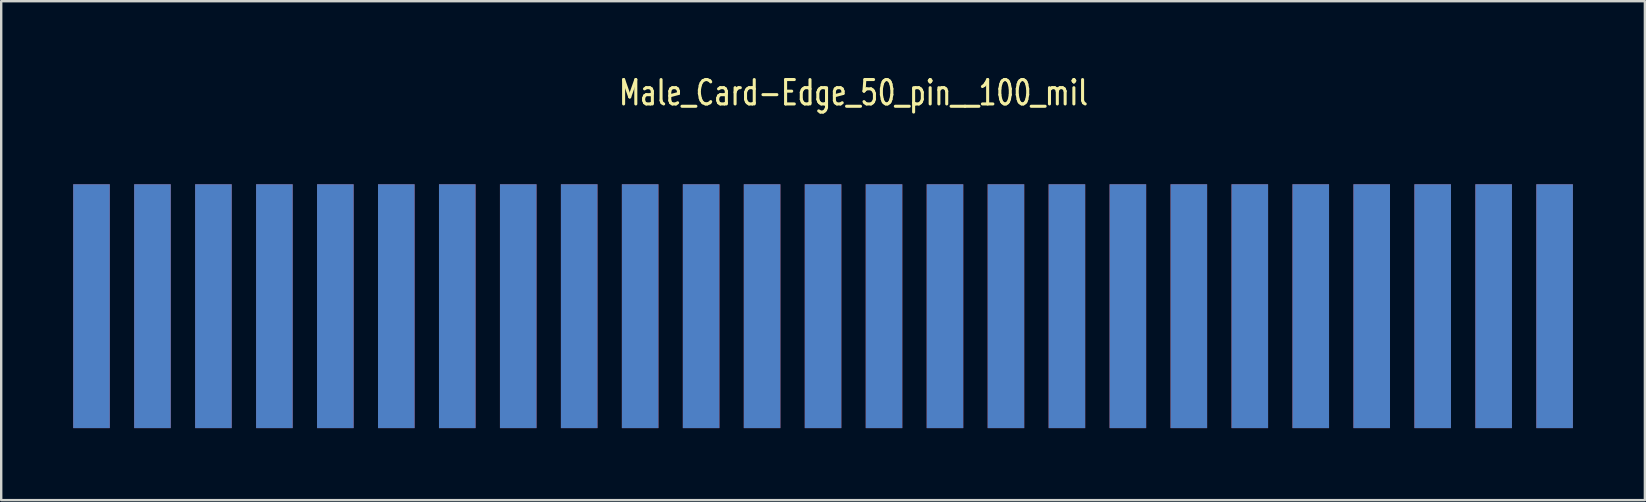
<source format=kicad_pcb>
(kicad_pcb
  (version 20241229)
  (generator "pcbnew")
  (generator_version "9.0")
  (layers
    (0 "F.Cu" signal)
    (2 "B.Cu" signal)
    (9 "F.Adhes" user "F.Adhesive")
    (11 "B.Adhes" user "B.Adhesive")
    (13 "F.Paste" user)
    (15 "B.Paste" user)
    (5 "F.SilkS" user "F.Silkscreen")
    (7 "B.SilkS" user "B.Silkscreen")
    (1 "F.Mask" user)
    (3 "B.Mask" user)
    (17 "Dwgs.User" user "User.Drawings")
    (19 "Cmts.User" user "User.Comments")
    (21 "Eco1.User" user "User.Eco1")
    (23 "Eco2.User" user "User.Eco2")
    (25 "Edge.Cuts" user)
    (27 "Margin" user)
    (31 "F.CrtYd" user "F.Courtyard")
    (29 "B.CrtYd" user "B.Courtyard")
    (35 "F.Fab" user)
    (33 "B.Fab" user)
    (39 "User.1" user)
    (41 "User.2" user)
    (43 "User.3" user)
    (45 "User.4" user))
  (footprint "Male_Card-Edge_50_pin__100_mil"
    (layer "F.Cu")
    (at 31.242 9.707)
    (property "Reference" "Male_Card-Edge_50_pin__100_mil" (at 1.27 -8.89 0) (layer "F.SilkS") (effects (font (size 1.016 0.762) (thickness 0.127))))
    (attr through_hole)
    (pad "1" smd rect (at -30.48 0 270) (size 10.16 1.524) (layers "F.Cu" "F.Mask" "F.Paste"))
    (pad "2" smd rect (at -27.94 0 270) (size 10.16 1.524) (layers "F.Cu" "F.Mask" "F.Paste"))
    (pad "3" smd rect (at -25.4 0 270) (size 10.16 1.524) (layers "F.Cu" "F.Mask" "F.Paste"))
    (pad "4" smd rect (at -22.86 0 270) (size 10.16 1.524) (layers "F.Cu" "F.Mask" "F.Paste"))
    (pad "5" smd rect (at -20.32 0 270) (size 10.16 1.524) (layers "F.Cu" "F.Mask" "F.Paste"))
    (pad "6" smd rect (at -17.78 0 270) (size 10.16 1.524) (layers "F.Cu" "F.Mask" "F.Paste"))
    (pad "7" smd rect (at -15.24 0 270) (size 10.16 1.524) (layers "F.Cu" "F.Mask" "F.Paste"))
    (pad "8" smd rect (at -12.7 0 270) (size 10.16 1.524) (layers "F.Cu" "F.Mask" "F.Paste"))
    (pad "9" smd rect (at -10.16 0 270) (size 10.16 1.524) (layers "F.Cu" "F.Mask" "F.Paste"))
    (pad "10" smd rect (at -7.62 0 270) (size 10.16 1.524) (layers "F.Cu" "F.Mask" "F.Paste"))
    (pad "11" smd rect (at -5.08 0 270) (size 10.16 1.524) (layers "F.Cu" "F.Mask" "F.Paste"))
    (pad "12" smd rect (at -2.54 0 270) (size 10.16 1.524) (layers "F.Cu" "F.Mask" "F.Paste"))
    (pad "13" smd rect (at 0 0 270) (size 10.16 1.524) (layers "F.Cu" "F.Mask" "F.Paste"))
    (pad "14" smd rect (at 2.54 0 270) (size 10.16 1.524) (layers "F.Cu" "F.Mask" "F.Paste"))
    (pad "15" smd rect (at 5.08 0 270) (size 10.16 1.524) (layers "F.Cu" "F.Mask" "F.Paste"))
    (pad "16" smd rect (at 7.62 0 270) (size 10.16 1.524) (layers "F.Cu" "F.Mask" "F.Paste"))
    (pad "17" smd rect (at 10.16 0 270) (size 10.16 1.524) (layers "F.Cu" "F.Mask" "F.Paste"))
    (pad "18" smd rect (at 12.7 0 270) (size 10.16 1.524) (layers "F.Cu" "F.Mask" "F.Paste"))
    (pad "19" smd rect (at 15.24 0 270) (size 10.16 1.524) (layers "F.Cu" "F.Mask" "F.Paste"))
    (pad "20" smd rect (at 17.78 0 270) (size 10.16 1.524) (layers "F.Cu" "F.Mask" "F.Paste"))
    (pad "21" smd rect (at 20.32 0 270) (size 10.16 1.524) (layers "F.Cu" "F.Mask" "F.Paste"))
    (pad "22" smd rect (at 22.86 0 270) (size 10.16 1.524) (layers "F.Cu" "F.Mask" "F.Paste"))
    (pad "23" smd rect (at 25.4 0 270) (size 10.16 1.524) (layers "F.Cu" "F.Mask" "F.Paste"))
    (pad "24" smd rect (at 27.94 0 270) (size 10.16 1.524) (layers "F.Cu" "F.Mask" "F.Paste"))
    (pad "25" smd rect (at 30.48 0 270) (size 10.16 1.524) (layers "F.Cu" "F.Mask" "F.Paste"))
    (pad "26" smd rect (at 30.48 0 270) (size 10.16 1.524) (layers "B.Cu" "B.Mask" "B.Paste"))
    (pad "27" smd rect (at 27.94 0 270) (size 10.16 1.524) (layers "B.Cu" "B.Mask" "B.Paste"))
    (pad "28" smd rect (at 25.4 0 270) (size 10.16 1.524) (layers "B.Cu" "B.Mask" "B.Paste"))
    (pad "29" smd rect (at 22.86 0 270) (size 10.16 1.524) (layers "B.Cu" "B.Mask" "B.Paste"))
    (pad "30" smd rect (at 20.32 0 270) (size 10.16 1.524) (layers "B.Cu" "B.Mask" "B.Paste"))
    (pad "31" smd rect (at 17.78 0 270) (size 10.16 1.524) (layers "B.Cu" "B.Mask" "B.Paste"))
    (pad "32" smd rect (at 15.24 0 270) (size 10.16 1.524) (layers "B.Cu" "B.Mask" "B.Paste"))
    (pad "33" smd rect (at 12.7 0 270) (size 10.16 1.524) (layers "B.Cu" "B.Mask" "B.Paste"))
    (pad "34" smd rect (at 10.16 0 270) (size 10.16 1.524) (layers "B.Cu" "B.Mask" "B.Paste"))
    (pad "35" smd rect (at 7.62 0 270) (size 10.16 1.524) (layers "B.Cu" "B.Mask" "B.Paste"))
    (pad "36" smd rect (at 5.08 0 270) (size 10.16 1.524) (layers "B.Cu" "B.Mask" "B.Paste"))
    (pad "37" smd rect (at 2.54 0 270) (size 10.16 1.524) (layers "B.Cu" "B.Mask" "B.Paste"))
    (pad "38" smd rect (at 0 0 270) (size 10.16 1.524) (layers "B.Cu" "B.Mask" "B.Paste"))
    (pad "39" smd rect (at -2.54 0 270) (size 10.16 1.524) (layers "B.Cu" "B.Mask" "B.Paste"))
    (pad "40" smd rect (at -5.08 0 270) (size 10.16 1.524) (layers "B.Cu" "B.Mask" "B.Paste"))
    (pad "41" smd rect (at -7.62 0 270) (size 10.16 1.524) (layers "B.Cu" "B.Mask" "B.Paste"))
    (pad "42" smd rect (at -10.16 0 270) (size 10.16 1.524) (layers "B.Cu" "B.Mask" "B.Paste"))
    (pad "43" smd rect (at -12.7 0 270) (size 10.16 1.524) (layers "B.Cu" "B.Mask" "B.Paste"))
    (pad "44" smd rect (at -15.24 0 270) (size 10.16 1.524) (layers "B.Cu" "B.Mask" "B.Paste"))
    (pad "45" smd rect (at -17.78 0 270) (size 10.16 1.524) (layers "B.Cu" "B.Mask" "B.Paste"))
    (pad "46" smd rect (at -20.32 0 270) (size 10.16 1.524) (layers "B.Cu" "B.Mask" "B.Paste"))
    (pad "47" smd rect (at -22.86 0 270) (size 10.16 1.524) (layers "B.Cu" "B.Mask" "B.Paste"))
    (pad "48" smd rect (at -25.4 0 270) (size 10.16 1.524) (layers "B.Cu" "B.Mask" "B.Paste"))
    (pad "49" smd rect (at -27.94 0 270) (size 10.16 1.524) (layers "B.Cu" "B.Mask" "B.Paste"))
    (pad "50" smd rect (at -30.48 0 270) (size 10.16 1.524) (layers "B.Cu" "B.Mask" "B.Paste")))
  (gr_rect
    (start -3 -3)
    (end 65.484 17.787)
    (stroke (width 0.1) (type default))
    (fill no)
    (layer "Edge.Cuts")))
</source>
